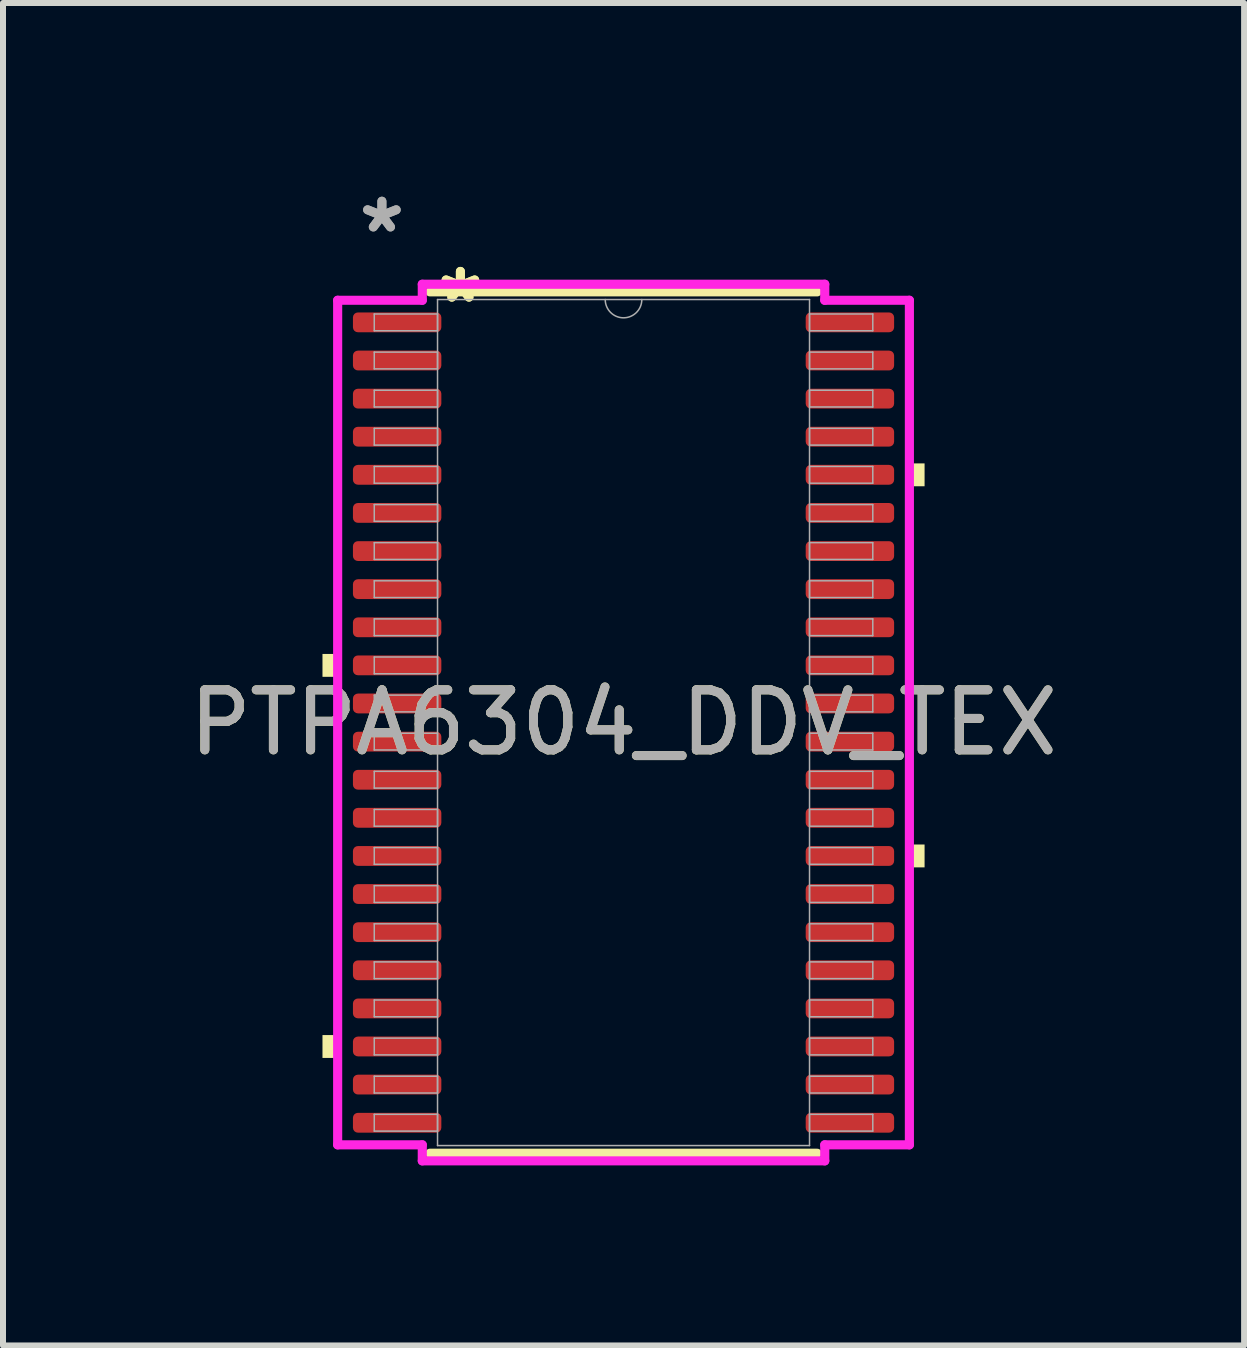
<source format=kicad_pcb>
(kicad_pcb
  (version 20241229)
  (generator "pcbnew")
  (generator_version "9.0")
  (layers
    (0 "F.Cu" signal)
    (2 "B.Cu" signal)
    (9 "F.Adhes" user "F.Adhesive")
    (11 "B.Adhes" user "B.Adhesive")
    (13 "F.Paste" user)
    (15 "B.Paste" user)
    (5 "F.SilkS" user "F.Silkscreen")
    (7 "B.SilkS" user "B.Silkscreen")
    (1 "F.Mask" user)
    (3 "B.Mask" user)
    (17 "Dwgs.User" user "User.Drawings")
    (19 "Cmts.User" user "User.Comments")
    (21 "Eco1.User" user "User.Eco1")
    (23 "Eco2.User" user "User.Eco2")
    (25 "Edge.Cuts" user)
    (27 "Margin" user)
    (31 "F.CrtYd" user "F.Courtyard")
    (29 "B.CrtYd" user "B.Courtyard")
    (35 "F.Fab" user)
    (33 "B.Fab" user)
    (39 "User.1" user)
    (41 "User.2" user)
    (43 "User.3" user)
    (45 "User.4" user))
  (footprint "PTPA6304_DDV_TEX"
    (layer "F.Cu")
    (at 7.339 8.989)
    (property "Reference" "PTPA6304_DDV_TEX" (at 0 0 0) (unlocked yes) (layer "F.SilkS") (effects (font (size 1 1) (thickness 0.15))))
    (attr smd)
    (fp_line (start -3.226 7.176) (end 3.226 7.176) (stroke (width 0.152) (type solid)) (layer "F.SilkS"))
    (fp_line (start 3.226 -7.176) (end -3.226 -7.176) (stroke (width 0.152) (type solid)) (layer "F.SilkS"))
    (fp_poly (pts (xy -5.016 -1.143) (xy -5.016 -0.762) (xy -4.763 -0.762) (xy -4.763 -1.143)) (stroke (width 0) (type solid)) (fill yes) (layer "F.SilkS"))
    (fp_poly (pts (xy -5.016 5.207) (xy -5.016 5.588) (xy -4.763 5.588) (xy -4.763 5.207)) (stroke (width 0) (type solid)) (fill yes) (layer "F.SilkS"))
    (fp_poly (pts (xy 5.016 -4.318) (xy 5.016 -3.937) (xy 4.763 -3.937) (xy 4.763 -4.318)) (stroke (width 0) (type solid)) (fill yes) (layer "F.SilkS"))
    (fp_poly (pts (xy 5.016 2.032) (xy 5.016 2.413) (xy 4.763 2.413) (xy 4.763 2.032)) (stroke (width 0) (type solid)) (fill yes) (layer "F.SilkS"))
    (fp_line (start -4.763 -7.036) (end -3.353 -7.036) (stroke (width 0.152) (type solid)) (layer "F.CrtYd"))
    (fp_line (start -4.763 7.036) (end -4.763 -7.036) (stroke (width 0.152) (type solid)) (layer "F.CrtYd"))
    (fp_line (start -4.763 7.036) (end -3.353 7.036) (stroke (width 0.152) (type solid)) (layer "F.CrtYd"))
    (fp_line (start -3.353 -7.303) (end 3.353 -7.303) (stroke (width 0.152) (type solid)) (layer "F.CrtYd"))
    (fp_line (start -3.353 -7.036) (end -3.353 -7.303) (stroke (width 0.152) (type solid)) (layer "F.CrtYd"))
    (fp_line (start -3.353 7.303) (end -3.353 7.036) (stroke (width 0.152) (type solid)) (layer "F.CrtYd"))
    (fp_line (start 3.353 -7.303) (end 3.353 -7.036) (stroke (width 0.152) (type solid)) (layer "F.CrtYd"))
    (fp_line (start 3.353 7.036) (end 3.353 7.303) (stroke (width 0.152) (type solid)) (layer "F.CrtYd"))
    (fp_line (start 3.353 7.303) (end -3.353 7.303) (stroke (width 0.152) (type solid)) (layer "F.CrtYd"))
    (fp_line (start 4.763 -7.036) (end 3.353 -7.036) (stroke (width 0.152) (type solid)) (layer "F.CrtYd"))
    (fp_line (start 4.763 -7.036) (end 4.763 7.036) (stroke (width 0.152) (type solid)) (layer "F.CrtYd"))
    (fp_line (start 4.763 7.036) (end 3.353 7.036) (stroke (width 0.152) (type solid)) (layer "F.CrtYd"))
    (fp_line (start -4.153 -6.807) (end -4.153 -6.528) (stroke (width 0.025) (type solid)) (layer "F.Fab"))
    (fp_line (start -4.153 -6.528) (end -3.099 -6.528) (stroke (width 0.025) (type solid)) (layer "F.Fab"))
    (fp_line (start -4.153 -6.172) (end -4.153 -5.893) (stroke (width 0.025) (type solid)) (layer "F.Fab"))
    (fp_line (start -4.153 -5.893) (end -3.099 -5.893) (stroke (width 0.025) (type solid)) (layer "F.Fab"))
    (fp_line (start -4.153 -5.537) (end -4.153 -5.258) (stroke (width 0.025) (type solid)) (layer "F.Fab"))
    (fp_line (start -4.153 -5.258) (end -3.099 -5.258) (stroke (width 0.025) (type solid)) (layer "F.Fab"))
    (fp_line (start -4.153 -4.902) (end -4.153 -4.623) (stroke (width 0.025) (type solid)) (layer "F.Fab"))
    (fp_line (start -4.153 -4.623) (end -3.099 -4.623) (stroke (width 0.025) (type solid)) (layer "F.Fab"))
    (fp_line (start -4.153 -4.267) (end -4.153 -3.988) (stroke (width 0.025) (type solid)) (layer "F.Fab"))
    (fp_line (start -4.153 -3.988) (end -3.099 -3.988) (stroke (width 0.025) (type solid)) (layer "F.Fab"))
    (fp_line (start -4.153 -3.632) (end -4.153 -3.353) (stroke (width 0.025) (type solid)) (layer "F.Fab"))
    (fp_line (start -4.153 -3.353) (end -3.099 -3.353) (stroke (width 0.025) (type solid)) (layer "F.Fab"))
    (fp_line (start -4.153 -2.997) (end -4.153 -2.718) (stroke (width 0.025) (type solid)) (layer "F.Fab"))
    (fp_line (start -4.153 -2.718) (end -3.099 -2.718) (stroke (width 0.025) (type solid)) (layer "F.Fab"))
    (fp_line (start -4.153 -2.362) (end -4.153 -2.083) (stroke (width 0.025) (type solid)) (layer "F.Fab"))
    (fp_line (start -4.153 -2.083) (end -3.099 -2.083) (stroke (width 0.025) (type solid)) (layer "F.Fab"))
    (fp_line (start -4.153 -1.727) (end -4.153 -1.448) (stroke (width 0.025) (type solid)) (layer "F.Fab"))
    (fp_line (start -4.153 -1.448) (end -3.099 -1.448) (stroke (width 0.025) (type solid)) (layer "F.Fab"))
    (fp_line (start -4.153 -1.092) (end -4.153 -0.813) (stroke (width 0.025) (type solid)) (layer "F.Fab"))
    (fp_line (start -4.153 -0.813) (end -3.099 -0.813) (stroke (width 0.025) (type solid)) (layer "F.Fab"))
    (fp_line (start -4.153 -0.457) (end -4.153 -0.178) (stroke (width 0.025) (type solid)) (layer "F.Fab"))
    (fp_line (start -4.153 -0.178) (end -3.099 -0.178) (stroke (width 0.025) (type solid)) (layer "F.Fab"))
    (fp_line (start -4.153 0.178) (end -4.153 0.457) (stroke (width 0.025) (type solid)) (layer "F.Fab"))
    (fp_line (start -4.153 0.457) (end -3.099 0.457) (stroke (width 0.025) (type solid)) (layer "F.Fab"))
    (fp_line (start -4.153 0.813) (end -4.153 1.092) (stroke (width 0.025) (type solid)) (layer "F.Fab"))
    (fp_line (start -4.153 1.092) (end -3.099 1.092) (stroke (width 0.025) (type solid)) (layer "F.Fab"))
    (fp_line (start -4.153 1.448) (end -4.153 1.727) (stroke (width 0.025) (type solid)) (layer "F.Fab"))
    (fp_line (start -4.153 1.727) (end -3.099 1.727) (stroke (width 0.025) (type solid)) (layer "F.Fab"))
    (fp_line (start -4.153 2.083) (end -4.153 2.362) (stroke (width 0.025) (type solid)) (layer "F.Fab"))
    (fp_line (start -4.153 2.362) (end -3.099 2.362) (stroke (width 0.025) (type solid)) (layer "F.Fab"))
    (fp_line (start -4.153 2.718) (end -4.153 2.997) (stroke (width 0.025) (type solid)) (layer "F.Fab"))
    (fp_line (start -4.153 2.997) (end -3.099 2.997) (stroke (width 0.025) (type solid)) (layer "F.Fab"))
    (fp_line (start -4.153 3.353) (end -4.153 3.632) (stroke (width 0.025) (type solid)) (layer "F.Fab"))
    (fp_line (start -4.153 3.632) (end -3.099 3.632) (stroke (width 0.025) (type solid)) (layer "F.Fab"))
    (fp_line (start -4.153 3.988) (end -4.153 4.267) (stroke (width 0.025) (type solid)) (layer "F.Fab"))
    (fp_line (start -4.153 4.267) (end -3.099 4.267) (stroke (width 0.025) (type solid)) (layer "F.Fab"))
    (fp_line (start -4.153 4.623) (end -4.153 4.902) (stroke (width 0.025) (type solid)) (layer "F.Fab"))
    (fp_line (start -4.153 4.902) (end -3.099 4.902) (stroke (width 0.025) (type solid)) (layer "F.Fab"))
    (fp_line (start -4.153 5.258) (end -4.153 5.537) (stroke (width 0.025) (type solid)) (layer "F.Fab"))
    (fp_line (start -4.153 5.537) (end -3.099 5.537) (stroke (width 0.025) (type solid)) (layer "F.Fab"))
    (fp_line (start -4.153 5.893) (end -4.153 6.172) (stroke (width 0.025) (type solid)) (layer "F.Fab"))
    (fp_line (start -4.153 6.172) (end -3.099 6.172) (stroke (width 0.025) (type solid)) (layer "F.Fab"))
    (fp_line (start -4.153 6.528) (end -4.153 6.807) (stroke (width 0.025) (type solid)) (layer "F.Fab"))
    (fp_line (start -4.153 6.807) (end -3.099 6.807) (stroke (width 0.025) (type solid)) (layer "F.Fab"))
    (fp_line (start -3.099 -7.048) (end -3.099 7.048) (stroke (width 0.025) (type solid)) (layer "F.Fab"))
    (fp_line (start -3.099 -6.807) (end -4.153 -6.807) (stroke (width 0.025) (type solid)) (layer "F.Fab"))
    (fp_line (start -3.099 -6.528) (end -3.099 -6.807) (stroke (width 0.025) (type solid)) (layer "F.Fab"))
    (fp_line (start -3.099 -6.172) (end -4.153 -6.172) (stroke (width 0.025) (type solid)) (layer "F.Fab"))
    (fp_line (start -3.099 -5.893) (end -3.099 -6.172) (stroke (width 0.025) (type solid)) (layer "F.Fab"))
    (fp_line (start -3.099 -5.537) (end -4.153 -5.537) (stroke (width 0.025) (type solid)) (layer "F.Fab"))
    (fp_line (start -3.099 -5.258) (end -3.099 -5.537) (stroke (width 0.025) (type solid)) (layer "F.Fab"))
    (fp_line (start -3.099 -4.902) (end -4.153 -4.902) (stroke (width 0.025) (type solid)) (layer "F.Fab"))
    (fp_line (start -3.099 -4.623) (end -3.099 -4.902) (stroke (width 0.025) (type solid)) (layer "F.Fab"))
    (fp_line (start -3.099 -4.267) (end -4.153 -4.267) (stroke (width 0.025) (type solid)) (layer "F.Fab"))
    (fp_line (start -3.099 -3.988) (end -3.099 -4.267) (stroke (width 0.025) (type solid)) (layer "F.Fab"))
    (fp_line (start -3.099 -3.632) (end -4.153 -3.632) (stroke (width 0.025) (type solid)) (layer "F.Fab"))
    (fp_line (start -3.099 -3.353) (end -3.099 -3.632) (stroke (width 0.025) (type solid)) (layer "F.Fab"))
    (fp_line (start -3.099 -2.997) (end -4.153 -2.997) (stroke (width 0.025) (type solid)) (layer "F.Fab"))
    (fp_line (start -3.099 -2.718) (end -3.099 -2.997) (stroke (width 0.025) (type solid)) (layer "F.Fab"))
    (fp_line (start -3.099 -2.362) (end -4.153 -2.362) (stroke (width 0.025) (type solid)) (layer "F.Fab"))
    (fp_line (start -3.099 -2.083) (end -3.099 -2.362) (stroke (width 0.025) (type solid)) (layer "F.Fab"))
    (fp_line (start -3.099 -1.727) (end -4.153 -1.727) (stroke (width 0.025) (type solid)) (layer "F.Fab"))
    (fp_line (start -3.099 -1.448) (end -3.099 -1.727) (stroke (width 0.025) (type solid)) (layer "F.Fab"))
    (fp_line (start -3.099 -1.092) (end -4.153 -1.092) (stroke (width 0.025) (type solid)) (layer "F.Fab"))
    (fp_line (start -3.099 -0.813) (end -3.099 -1.092) (stroke (width 0.025) (type solid)) (layer "F.Fab"))
    (fp_line (start -3.099 -0.457) (end -4.153 -0.457) (stroke (width 0.025) (type solid)) (layer "F.Fab"))
    (fp_line (start -3.099 -0.178) (end -3.099 -0.457) (stroke (width 0.025) (type solid)) (layer "F.Fab"))
    (fp_line (start -3.099 0.178) (end -4.153 0.178) (stroke (width 0.025) (type solid)) (layer "F.Fab"))
    (fp_line (start -3.099 0.457) (end -3.099 0.178) (stroke (width 0.025) (type solid)) (layer "F.Fab"))
    (fp_line (start -3.099 0.813) (end -4.153 0.813) (stroke (width 0.025) (type solid)) (layer "F.Fab"))
    (fp_line (start -3.099 1.092) (end -3.099 0.813) (stroke (width 0.025) (type solid)) (layer "F.Fab"))
    (fp_line (start -3.099 1.448) (end -4.153 1.448) (stroke (width 0.025) (type solid)) (layer "F.Fab"))
    (fp_line (start -3.099 1.727) (end -3.099 1.448) (stroke (width 0.025) (type solid)) (layer "F.Fab"))
    (fp_line (start -3.099 2.083) (end -4.153 2.083) (stroke (width 0.025) (type solid)) (layer "F.Fab"))
    (fp_line (start -3.099 2.362) (end -3.099 2.083) (stroke (width 0.025) (type solid)) (layer "F.Fab"))
    (fp_line (start -3.099 2.718) (end -4.153 2.718) (stroke (width 0.025) (type solid)) (layer "F.Fab"))
    (fp_line (start -3.099 2.997) (end -3.099 2.718) (stroke (width 0.025) (type solid)) (layer "F.Fab"))
    (fp_line (start -3.099 3.353) (end -4.153 3.353) (stroke (width 0.025) (type solid)) (layer "F.Fab"))
    (fp_line (start -3.099 3.632) (end -3.099 3.353) (stroke (width 0.025) (type solid)) (layer "F.Fab"))
    (fp_line (start -3.099 3.988) (end -4.153 3.988) (stroke (width 0.025) (type solid)) (layer "F.Fab"))
    (fp_line (start -3.099 4.267) (end -3.099 3.988) (stroke (width 0.025) (type solid)) (layer "F.Fab"))
    (fp_line (start -3.099 4.623) (end -4.153 4.623) (stroke (width 0.025) (type solid)) (layer "F.Fab"))
    (fp_line (start -3.099 4.902) (end -3.099 4.623) (stroke (width 0.025) (type solid)) (layer "F.Fab"))
    (fp_line (start -3.099 5.258) (end -4.153 5.258) (stroke (width 0.025) (type solid)) (layer "F.Fab"))
    (fp_line (start -3.099 5.537) (end -3.099 5.258) (stroke (width 0.025) (type solid)) (layer "F.Fab"))
    (fp_line (start -3.099 5.893) (end -4.153 5.893) (stroke (width 0.025) (type solid)) (layer "F.Fab"))
    (fp_line (start -3.099 6.172) (end -3.099 5.893) (stroke (width 0.025) (type solid)) (layer "F.Fab"))
    (fp_line (start -3.099 6.528) (end -4.153 6.528) (stroke (width 0.025) (type solid)) (layer "F.Fab"))
    (fp_line (start -3.099 6.807) (end -3.099 6.528) (stroke (width 0.025) (type solid)) (layer "F.Fab"))
    (fp_line (start -3.099 7.048) (end 3.099 7.048) (stroke (width 0.025) (type solid)) (layer "F.Fab"))
    (fp_line (start 3.099 -7.048) (end -3.099 -7.048) (stroke (width 0.025) (type solid)) (layer "F.Fab"))
    (fp_line (start 3.099 -6.807) (end 3.099 -6.528) (stroke (width 0.025) (type solid)) (layer "F.Fab"))
    (fp_line (start 3.099 -6.528) (end 4.153 -6.528) (stroke (width 0.025) (type solid)) (layer "F.Fab"))
    (fp_line (start 3.099 -6.172) (end 3.099 -5.893) (stroke (width 0.025) (type solid)) (layer "F.Fab"))
    (fp_line (start 3.099 -5.893) (end 4.153 -5.893) (stroke (width 0.025) (type solid)) (layer "F.Fab"))
    (fp_line (start 3.099 -5.537) (end 3.099 -5.258) (stroke (width 0.025) (type solid)) (layer "F.Fab"))
    (fp_line (start 3.099 -5.258) (end 4.153 -5.258) (stroke (width 0.025) (type solid)) (layer "F.Fab"))
    (fp_line (start 3.099 -4.902) (end 3.099 -4.623) (stroke (width 0.025) (type solid)) (layer "F.Fab"))
    (fp_line (start 3.099 -4.623) (end 4.153 -4.623) (stroke (width 0.025) (type solid)) (layer "F.Fab"))
    (fp_line (start 3.099 -4.267) (end 3.099 -3.988) (stroke (width 0.025) (type solid)) (layer "F.Fab"))
    (fp_line (start 3.099 -3.988) (end 4.153 -3.988) (stroke (width 0.025) (type solid)) (layer "F.Fab"))
    (fp_line (start 3.099 -3.632) (end 3.099 -3.353) (stroke (width 0.025) (type solid)) (layer "F.Fab"))
    (fp_line (start 3.099 -3.353) (end 4.153 -3.353) (stroke (width 0.025) (type solid)) (layer "F.Fab"))
    (fp_line (start 3.099 -2.997) (end 3.099 -2.718) (stroke (width 0.025) (type solid)) (layer "F.Fab"))
    (fp_line (start 3.099 -2.718) (end 4.153 -2.718) (stroke (width 0.025) (type solid)) (layer "F.Fab"))
    (fp_line (start 3.099 -2.362) (end 3.099 -2.083) (stroke (width 0.025) (type solid)) (layer "F.Fab"))
    (fp_line (start 3.099 -2.083) (end 4.153 -2.083) (stroke (width 0.025) (type solid)) (layer "F.Fab"))
    (fp_line (start 3.099 -1.727) (end 3.099 -1.448) (stroke (width 0.025) (type solid)) (layer "F.Fab"))
    (fp_line (start 3.099 -1.448) (end 4.153 -1.448) (stroke (width 0.025) (type solid)) (layer "F.Fab"))
    (fp_line (start 3.099 -1.092) (end 3.099 -0.813) (stroke (width 0.025) (type solid)) (layer "F.Fab"))
    (fp_line (start 3.099 -0.813) (end 4.153 -0.813) (stroke (width 0.025) (type solid)) (layer "F.Fab"))
    (fp_line (start 3.099 -0.457) (end 3.099 -0.178) (stroke (width 0.025) (type solid)) (layer "F.Fab"))
    (fp_line (start 3.099 -0.178) (end 4.153 -0.178) (stroke (width 0.025) (type solid)) (layer "F.Fab"))
    (fp_line (start 3.099 0.178) (end 3.099 0.457) (stroke (width 0.025) (type solid)) (layer "F.Fab"))
    (fp_line (start 3.099 0.457) (end 4.153 0.457) (stroke (width 0.025) (type solid)) (layer "F.Fab"))
    (fp_line (start 3.099 0.813) (end 3.099 1.092) (stroke (width 0.025) (type solid)) (layer "F.Fab"))
    (fp_line (start 3.099 1.092) (end 4.153 1.092) (stroke (width 0.025) (type solid)) (layer "F.Fab"))
    (fp_line (start 3.099 1.448) (end 3.099 1.727) (stroke (width 0.025) (type solid)) (layer "F.Fab"))
    (fp_line (start 3.099 1.727) (end 4.153 1.727) (stroke (width 0.025) (type solid)) (layer "F.Fab"))
    (fp_line (start 3.099 2.083) (end 3.099 2.362) (stroke (width 0.025) (type solid)) (layer "F.Fab"))
    (fp_line (start 3.099 2.362) (end 4.153 2.362) (stroke (width 0.025) (type solid)) (layer "F.Fab"))
    (fp_line (start 3.099 2.718) (end 3.099 2.997) (stroke (width 0.025) (type solid)) (layer "F.Fab"))
    (fp_line (start 3.099 2.997) (end 4.153 2.997) (stroke (width 0.025) (type solid)) (layer "F.Fab"))
    (fp_line (start 3.099 3.353) (end 3.099 3.632) (stroke (width 0.025) (type solid)) (layer "F.Fab"))
    (fp_line (start 3.099 3.632) (end 4.153 3.632) (stroke (width 0.025) (type solid)) (layer "F.Fab"))
    (fp_line (start 3.099 3.988) (end 3.099 4.267) (stroke (width 0.025) (type solid)) (layer "F.Fab"))
    (fp_line (start 3.099 4.267) (end 4.153 4.267) (stroke (width 0.025) (type solid)) (layer "F.Fab"))
    (fp_line (start 3.099 4.623) (end 3.099 4.902) (stroke (width 0.025) (type solid)) (layer "F.Fab"))
    (fp_line (start 3.099 4.902) (end 4.153 4.902) (stroke (width 0.025) (type solid)) (layer "F.Fab"))
    (fp_line (start 3.099 5.258) (end 3.099 5.537) (stroke (width 0.025) (type solid)) (layer "F.Fab"))
    (fp_line (start 3.099 5.537) (end 4.153 5.537) (stroke (width 0.025) (type solid)) (layer "F.Fab"))
    (fp_line (start 3.099 5.893) (end 3.099 6.172) (stroke (width 0.025) (type solid)) (layer "F.Fab"))
    (fp_line (start 3.099 6.172) (end 4.153 6.172) (stroke (width 0.025) (type solid)) (layer "F.Fab"))
    (fp_line (start 3.099 6.528) (end 3.099 6.807) (stroke (width 0.025) (type solid)) (layer "F.Fab"))
    (fp_line (start 3.099 6.807) (end 4.153 6.807) (stroke (width 0.025) (type solid)) (layer "F.Fab"))
    (fp_line (start 3.099 7.048) (end 3.099 -7.048) (stroke (width 0.025) (type solid)) (layer "F.Fab"))
    (fp_line (start 4.153 -6.807) (end 3.099 -6.807) (stroke (width 0.025) (type solid)) (layer "F.Fab"))
    (fp_line (start 4.153 -6.528) (end 4.153 -6.807) (stroke (width 0.025) (type solid)) (layer "F.Fab"))
    (fp_line (start 4.153 -6.172) (end 3.099 -6.172) (stroke (width 0.025) (type solid)) (layer "F.Fab"))
    (fp_line (start 4.153 -5.893) (end 4.153 -6.172) (stroke (width 0.025) (type solid)) (layer "F.Fab"))
    (fp_line (start 4.153 -5.537) (end 3.099 -5.537) (stroke (width 0.025) (type solid)) (layer "F.Fab"))
    (fp_line (start 4.153 -5.258) (end 4.153 -5.537) (stroke (width 0.025) (type solid)) (layer "F.Fab"))
    (fp_line (start 4.153 -4.902) (end 3.099 -4.902) (stroke (width 0.025) (type solid)) (layer "F.Fab"))
    (fp_line (start 4.153 -4.623) (end 4.153 -4.902) (stroke (width 0.025) (type solid)) (layer "F.Fab"))
    (fp_line (start 4.153 -4.267) (end 3.099 -4.267) (stroke (width 0.025) (type solid)) (layer "F.Fab"))
    (fp_line (start 4.153 -3.988) (end 4.153 -4.267) (stroke (width 0.025) (type solid)) (layer "F.Fab"))
    (fp_line (start 4.153 -3.632) (end 3.099 -3.632) (stroke (width 0.025) (type solid)) (layer "F.Fab"))
    (fp_line (start 4.153 -3.353) (end 4.153 -3.632) (stroke (width 0.025) (type solid)) (layer "F.Fab"))
    (fp_line (start 4.153 -2.997) (end 3.099 -2.997) (stroke (width 0.025) (type solid)) (layer "F.Fab"))
    (fp_line (start 4.153 -2.718) (end 4.153 -2.997) (stroke (width 0.025) (type solid)) (layer "F.Fab"))
    (fp_line (start 4.153 -2.362) (end 3.099 -2.362) (stroke (width 0.025) (type solid)) (layer "F.Fab"))
    (fp_line (start 4.153 -2.083) (end 4.153 -2.362) (stroke (width 0.025) (type solid)) (layer "F.Fab"))
    (fp_line (start 4.153 -1.727) (end 3.099 -1.727) (stroke (width 0.025) (type solid)) (layer "F.Fab"))
    (fp_line (start 4.153 -1.448) (end 4.153 -1.727) (stroke (width 0.025) (type solid)) (layer "F.Fab"))
    (fp_line (start 4.153 -1.092) (end 3.099 -1.092) (stroke (width 0.025) (type solid)) (layer "F.Fab"))
    (fp_line (start 4.153 -0.813) (end 4.153 -1.092) (stroke (width 0.025) (type solid)) (layer "F.Fab"))
    (fp_line (start 4.153 -0.457) (end 3.099 -0.457) (stroke (width 0.025) (type solid)) (layer "F.Fab"))
    (fp_line (start 4.153 -0.178) (end 4.153 -0.457) (stroke (width 0.025) (type solid)) (layer "F.Fab"))
    (fp_line (start 4.153 0.178) (end 3.099 0.178) (stroke (width 0.025) (type solid)) (layer "F.Fab"))
    (fp_line (start 4.153 0.457) (end 4.153 0.178) (stroke (width 0.025) (type solid)) (layer "F.Fab"))
    (fp_line (start 4.153 0.813) (end 3.099 0.813) (stroke (width 0.025) (type solid)) (layer "F.Fab"))
    (fp_line (start 4.153 1.092) (end 4.153 0.813) (stroke (width 0.025) (type solid)) (layer "F.Fab"))
    (fp_line (start 4.153 1.448) (end 3.099 1.448) (stroke (width 0.025) (type solid)) (layer "F.Fab"))
    (fp_line (start 4.153 1.727) (end 4.153 1.448) (stroke (width 0.025) (type solid)) (layer "F.Fab"))
    (fp_line (start 4.153 2.083) (end 3.099 2.083) (stroke (width 0.025) (type solid)) (layer "F.Fab"))
    (fp_line (start 4.153 2.362) (end 4.153 2.083) (stroke (width 0.025) (type solid)) (layer "F.Fab"))
    (fp_line (start 4.153 2.718) (end 3.099 2.718) (stroke (width 0.025) (type solid)) (layer "F.Fab"))
    (fp_line (start 4.153 2.997) (end 4.153 2.718) (stroke (width 0.025) (type solid)) (layer "F.Fab"))
    (fp_line (start 4.153 3.353) (end 3.099 3.353) (stroke (width 0.025) (type solid)) (layer "F.Fab"))
    (fp_line (start 4.153 3.632) (end 4.153 3.353) (stroke (width 0.025) (type solid)) (layer "F.Fab"))
    (fp_line (start 4.153 3.988) (end 3.099 3.988) (stroke (width 0.025) (type solid)) (layer "F.Fab"))
    (fp_line (start 4.153 4.267) (end 4.153 3.988) (stroke (width 0.025) (type solid)) (layer "F.Fab"))
    (fp_line (start 4.153 4.623) (end 3.099 4.623) (stroke (width 0.025) (type solid)) (layer "F.Fab"))
    (fp_line (start 4.153 4.902) (end 4.153 4.623) (stroke (width 0.025) (type solid)) (layer "F.Fab"))
    (fp_line (start 4.153 5.258) (end 3.099 5.258) (stroke (width 0.025) (type solid)) (layer "F.Fab"))
    (fp_line (start 4.153 5.537) (end 4.153 5.258) (stroke (width 0.025) (type solid)) (layer "F.Fab"))
    (fp_line (start 4.153 5.893) (end 3.099 5.893) (stroke (width 0.025) (type solid)) (layer "F.Fab"))
    (fp_line (start 4.153 6.172) (end 4.153 5.893) (stroke (width 0.025) (type solid)) (layer "F.Fab"))
    (fp_line (start 4.153 6.528) (end 3.099 6.528) (stroke (width 0.025) (type solid)) (layer "F.Fab"))
    (fp_line (start 4.153 6.807) (end 4.153 6.528) (stroke (width 0.025) (type solid)) (layer "F.Fab"))
    (fp_arc (start 0.3048 -7.0485) (mid 0 -6.7437) (end -0.3048 -7.0485) (stroke (width 0.0254) (type solid)) (layer "F.Fab"))
    (fp_text user "*" (at -2.718 -6.972 0) (layer "F.SilkS") (effects (font (size 1 1) (thickness 0.15))))
    (fp_text user "*" (at -2.718 -6.972 0) (unlocked yes) (layer "F.SilkS") (effects (font (size 1 1) (thickness 0.15))))
    (fp_text user "${REFERENCE}" (at 0 0 0) (unlocked yes) (layer "F.Fab") (effects (font (size 1 1) (thickness 0.15))))
    (fp_text user "*" (at -4.026 -8.141 0) (unlocked yes) (layer "F.Fab") (effects (font (size 1 1) (thickness 0.15))))
    (fp_text user "*" (at -4.026 -8.141 0) (layer "F.Fab") (effects (font (size 1 1) (thickness 0.15))))
    (pad "1" smd roundrect (at -3.772 -6.668) (size 1.473 0.33) (layers "F.Cu" "F.Mask" "F.Paste") (roundrect_rratio 0.25))
    (pad "2" smd roundrect (at -3.772 -6.032) (size 1.473 0.33) (layers "F.Cu" "F.Mask" "F.Paste") (roundrect_rratio 0.25))
    (pad "3" smd roundrect (at -3.772 -5.397) (size 1.473 0.33) (layers "F.Cu" "F.Mask" "F.Paste") (roundrect_rratio 0.25))
    (pad "4" smd roundrect (at -3.772 -4.763) (size 1.473 0.33) (layers "F.Cu" "F.Mask" "F.Paste") (roundrect_rratio 0.25))
    (pad "5" smd roundrect (at -3.772 -4.128) (size 1.473 0.33) (layers "F.Cu" "F.Mask" "F.Paste") (roundrect_rratio 0.25))
    (pad "6" smd roundrect (at -3.772 -3.493) (size 1.473 0.33) (layers "F.Cu" "F.Mask" "F.Paste") (roundrect_rratio 0.25))
    (pad "7" smd roundrect (at -3.772 -2.857) (size 1.473 0.33) (layers "F.Cu" "F.Mask" "F.Paste") (roundrect_rratio 0.25))
    (pad "8" smd roundrect (at -3.772 -2.223) (size 1.473 0.33) (layers "F.Cu" "F.Mask" "F.Paste") (roundrect_rratio 0.25))
    (pad "9" smd roundrect (at -3.772 -1.587) (size 1.473 0.33) (layers "F.Cu" "F.Mask" "F.Paste") (roundrect_rratio 0.25))
    (pad "10" smd roundrect (at -3.772 -0.953) (size 1.473 0.33) (layers "F.Cu" "F.Mask" "F.Paste") (roundrect_rratio 0.25))
    (pad "11" smd roundrect (at -3.772 -0.318) (size 1.473 0.33) (layers "F.Cu" "F.Mask" "F.Paste") (roundrect_rratio 0.25))
    (pad "12" smd roundrect (at -3.772 0.318) (size 1.473 0.33) (layers "F.Cu" "F.Mask" "F.Paste") (roundrect_rratio 0.25))
    (pad "13" smd roundrect (at -3.772 0.953) (size 1.473 0.33) (layers "F.Cu" "F.Mask" "F.Paste") (roundrect_rratio 0.25))
    (pad "14" smd roundrect (at -3.772 1.587) (size 1.473 0.33) (layers "F.Cu" "F.Mask" "F.Paste") (roundrect_rratio 0.25))
    (pad "15" smd roundrect (at -3.772 2.223) (size 1.473 0.33) (layers "F.Cu" "F.Mask" "F.Paste") (roundrect_rratio 0.25))
    (pad "16" smd roundrect (at -3.772 2.857) (size 1.473 0.33) (layers "F.Cu" "F.Mask" "F.Paste") (roundrect_rratio 0.25))
    (pad "17" smd roundrect (at -3.772 3.493) (size 1.473 0.33) (layers "F.Cu" "F.Mask" "F.Paste") (roundrect_rratio 0.25))
    (pad "18" smd roundrect (at -3.772 4.128) (size 1.473 0.33) (layers "F.Cu" "F.Mask" "F.Paste") (roundrect_rratio 0.25))
    (pad "19" smd roundrect (at -3.772 4.763) (size 1.473 0.33) (layers "F.Cu" "F.Mask" "F.Paste") (roundrect_rratio 0.25))
    (pad "20" smd roundrect (at -3.772 5.397) (size 1.473 0.33) (layers "F.Cu" "F.Mask" "F.Paste") (roundrect_rratio 0.25))
    (pad "21" smd roundrect (at -3.772 6.032) (size 1.473 0.33) (layers "F.Cu" "F.Mask" "F.Paste") (roundrect_rratio 0.25))
    (pad "22" smd roundrect (at -3.772 6.668) (size 1.473 0.33) (layers "F.Cu" "F.Mask" "F.Paste") (roundrect_rratio 0.25))
    (pad "23" smd roundrect (at 3.772 6.668) (size 1.473 0.33) (layers "F.Cu" "F.Mask" "F.Paste") (roundrect_rratio 0.25))
    (pad "24" smd roundrect (at 3.772 6.032) (size 1.473 0.33) (layers "F.Cu" "F.Mask" "F.Paste") (roundrect_rratio 0.25))
    (pad "25" smd roundrect (at 3.772 5.397) (size 1.473 0.33) (layers "F.Cu" "F.Mask" "F.Paste") (roundrect_rratio 0.25))
    (pad "26" smd roundrect (at 3.772 4.763) (size 1.473 0.33) (layers "F.Cu" "F.Mask" "F.Paste") (roundrect_rratio 0.25))
    (pad "27" smd roundrect (at 3.772 4.128) (size 1.473 0.33) (layers "F.Cu" "F.Mask" "F.Paste") (roundrect_rratio 0.25))
    (pad "28" smd roundrect (at 3.772 3.493) (size 1.473 0.33) (layers "F.Cu" "F.Mask" "F.Paste") (roundrect_rratio 0.25))
    (pad "29" smd roundrect (at 3.772 2.857) (size 1.473 0.33) (layers "F.Cu" "F.Mask" "F.Paste") (roundrect_rratio 0.25))
    (pad "30" smd roundrect (at 3.772 2.223) (size 1.473 0.33) (layers "F.Cu" "F.Mask" "F.Paste") (roundrect_rratio 0.25))
    (pad "31" smd roundrect (at 3.772 1.587) (size 1.473 0.33) (layers "F.Cu" "F.Mask" "F.Paste") (roundrect_rratio 0.25))
    (pad "32" smd roundrect (at 3.772 0.953) (size 1.473 0.33) (layers "F.Cu" "F.Mask" "F.Paste") (roundrect_rratio 0.25))
    (pad "33" smd roundrect (at 3.772 0.318) (size 1.473 0.33) (layers "F.Cu" "F.Mask" "F.Paste") (roundrect_rratio 0.25))
    (pad "34" smd roundrect (at 3.772 -0.318) (size 1.473 0.33) (layers "F.Cu" "F.Mask" "F.Paste") (roundrect_rratio 0.25))
    (pad "35" smd roundrect (at 3.772 -0.953) (size 1.473 0.33) (layers "F.Cu" "F.Mask" "F.Paste") (roundrect_rratio 0.25))
    (pad "36" smd roundrect (at 3.772 -1.587) (size 1.473 0.33) (layers "F.Cu" "F.Mask" "F.Paste") (roundrect_rratio 0.25))
    (pad "37" smd roundrect (at 3.772 -2.223) (size 1.473 0.33) (layers "F.Cu" "F.Mask" "F.Paste") (roundrect_rratio 0.25))
    (pad "38" smd roundrect (at 3.772 -2.857) (size 1.473 0.33) (layers "F.Cu" "F.Mask" "F.Paste") (roundrect_rratio 0.25))
    (pad "39" smd roundrect (at 3.772 -3.493) (size 1.473 0.33) (layers "F.Cu" "F.Mask" "F.Paste") (roundrect_rratio 0.25))
    (pad "40" smd roundrect (at 3.772 -4.128) (size 1.473 0.33) (layers "F.Cu" "F.Mask" "F.Paste") (roundrect_rratio 0.25))
    (pad "41" smd roundrect (at 3.772 -4.763) (size 1.473 0.33) (layers "F.Cu" "F.Mask" "F.Paste") (roundrect_rratio 0.25))
    (pad "42" smd roundrect (at 3.772 -5.397) (size 1.473 0.33) (layers "F.Cu" "F.Mask" "F.Paste") (roundrect_rratio 0.25))
    (pad "43" smd roundrect (at 3.772 -6.032) (size 1.473 0.33) (layers "F.Cu" "F.Mask" "F.Paste") (roundrect_rratio 0.25))
    (pad "44" smd roundrect (at 3.772 -6.668) (size 1.473 0.33) (layers "F.Cu" "F.Mask" "F.Paste") (roundrect_rratio 0.25)))
  (gr_rect
    (start -3 -3)
    (end 17.679 19.368)
    (stroke (width 0.1) (type default))
    (fill no)
    (layer "Edge.Cuts")))
</source>
